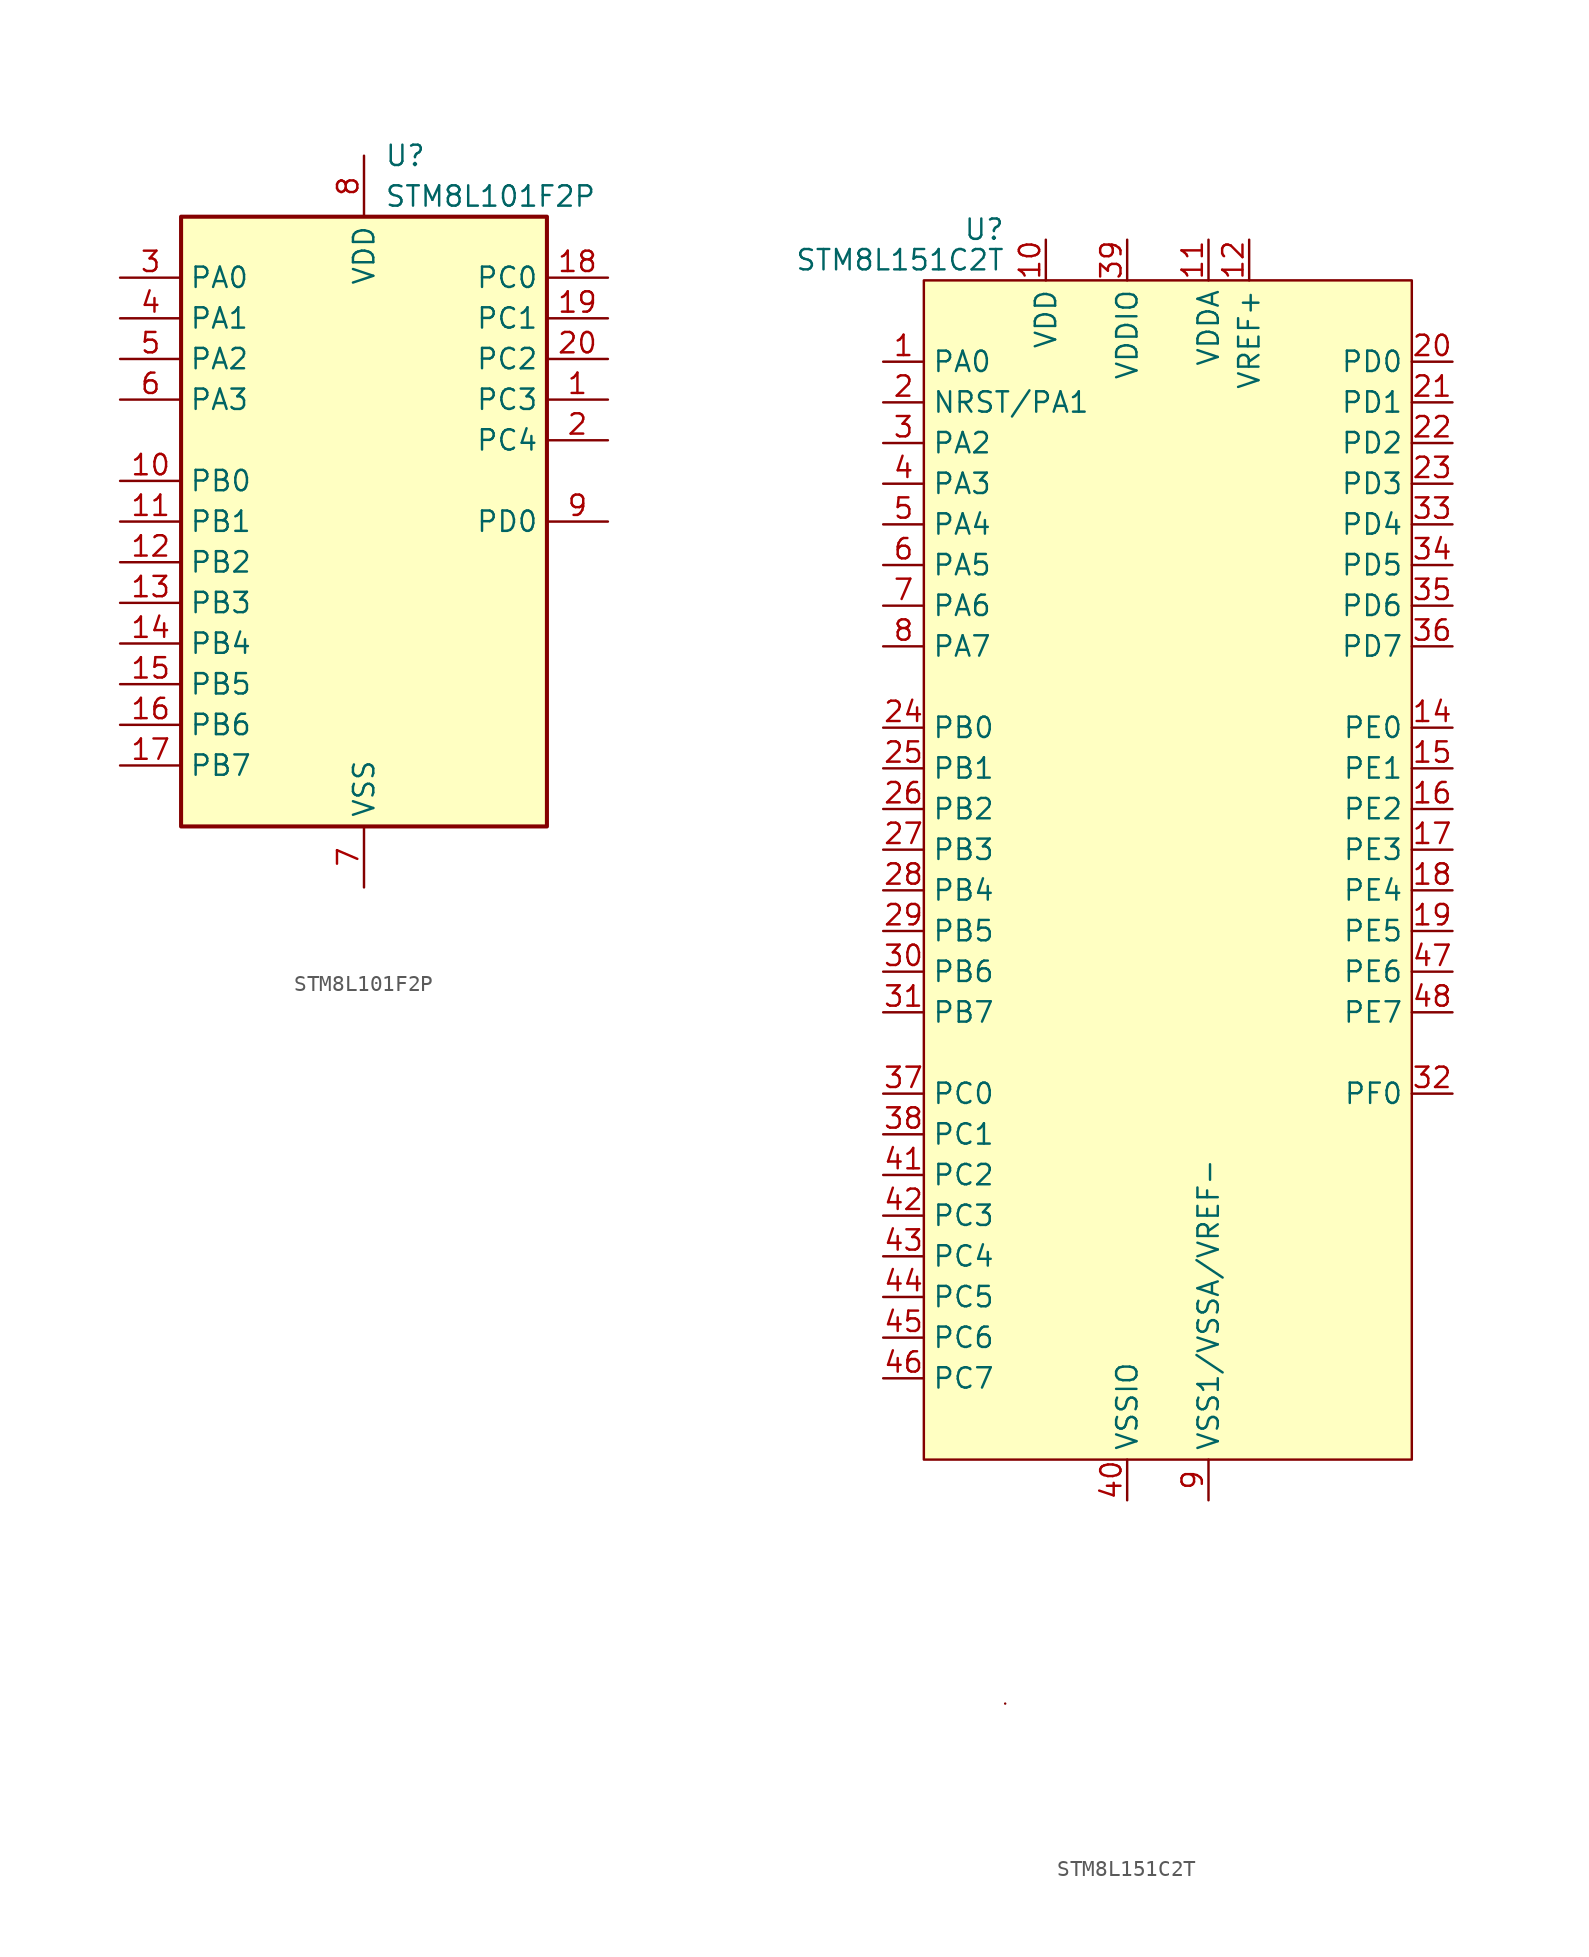
<source format=kicad_sym>
(kicad_symbol_lib
  (version 20231120)
  (generator "kicad_symbol_editor")
  (generator_version "8.0")
  (symbol "STM8L101F2P"
    (property "Reference" "U"
      (at 1.27 22.86 0)
      (effects (font (size 1.27 1.27)) (justify left)))
    (property "Value" "STM8L101F2P"
      (at 1.27 20.32 0)
      (effects (font (size 1.27 1.27)) (justify left)))
    (symbol "STM8L101F2P_0_1"
      (rectangle (start -11.43 19.05) (end 11.43 -19.05) (stroke (width 0.254) (type default)) (fill (type background))))
    (symbol "STM8L101F2P_1_1"
      (pin bidirectional line (at 15.24 7.62 180) (length 3.81) (name "PC3" (effects (font (size 1.27 1.27)))) (number "1" (effects (font (size 1.27 1.27)))))
      (pin bidirectional line (at -15.24 2.54 0) (length 3.81) (name "PB0" (effects (font (size 1.27 1.27)))) (number "10" (effects (font (size 1.27 1.27)))))
      (pin bidirectional line (at -15.24 0 0) (length 3.81) (name "PB1" (effects (font (size 1.27 1.27)))) (number "11" (effects (font (size 1.27 1.27)))))
      (pin bidirectional line (at -15.24 -2.54 0) (length 3.81) (name "PB2" (effects (font (size 1.27 1.27)))) (number "12" (effects (font (size 1.27 1.27)))))
      (pin bidirectional line (at -15.24 -5.08 0) (length 3.81) (name "PB3" (effects (font (size 1.27 1.27)))) (number "13" (effects (font (size 1.27 1.27)))))
      (pin bidirectional line (at -15.24 -7.62 0) (length 3.81) (name "PB4" (effects (font (size 1.27 1.27)))) (number "14" (effects (font (size 1.27 1.27)))))
      (pin bidirectional line (at -15.24 -10.16 0) (length 3.81) (name "PB5" (effects (font (size 1.27 1.27)))) (number "15" (effects (font (size 1.27 1.27)))))
      (pin bidirectional line (at -15.24 -12.7 0) (length 3.81) (name "PB6" (effects (font (size 1.27 1.27)))) (number "16" (effects (font (size 1.27 1.27)))))
      (pin bidirectional line (at -15.24 -15.24 0) (length 3.81) (name "PB7" (effects (font (size 1.27 1.27)))) (number "17" (effects (font (size 1.27 1.27)))))
      (pin bidirectional line (at 15.24 15.24 180) (length 3.81) (name "PC0" (effects (font (size 1.27 1.27)))) (number "18" (effects (font (size 1.27 1.27)))))
      (pin bidirectional line (at 15.24 12.7 180) (length 3.81) (name "PC1" (effects (font (size 1.27 1.27)))) (number "19" (effects (font (size 1.27 1.27)))))
      (pin bidirectional line (at 15.24 5.08 180) (length 3.81) (name "PC4" (effects (font (size 1.27 1.27)))) (number "2" (effects (font (size 1.27 1.27)))))
      (pin bidirectional line (at 15.24 10.16 180) (length 3.81) (name "PC2" (effects (font (size 1.27 1.27)))) (number "20" (effects (font (size 1.27 1.27)))))
      (pin power_in line (at -15.24 15.24 0) (length 3.81) (name "PA0" (effects (font (size 1.27 1.27)))) (number "3" (effects (font (size 1.27 1.27)))))
      (pin bidirectional line (at -15.24 12.7 0) (length 3.81) (name "PA1" (effects (font (size 1.27 1.27)))) (number "4" (effects (font (size 1.27 1.27)))))
      (pin bidirectional line (at -15.24 10.16 0) (length 3.81) (name "PA2" (effects (font (size 1.27 1.27)))) (number "5" (effects (font (size 1.27 1.27)))))
      (pin bidirectional line (at -15.24 7.62 0) (length 3.81) (name "PA3" (effects (font (size 1.27 1.27)))) (number "6" (effects (font (size 1.27 1.27)))))
      (pin power_in line (at 0 -22.86 90) (length 3.81) (name "VSS" (effects (font (size 1.27 1.27)))) (number "7" (effects (font (size 1.27 1.27)))))
      (pin power_in line (at 0 22.86 270) (length 3.81) (name "VDD" (effects (font (size 1.27 1.27)))) (number "8" (effects (font (size 1.27 1.27)))))
      (pin bidirectional line (at 15.24 0 180) (length 3.81) (name "PD0" (effects (font (size 1.27 1.27)))) (number "9" (effects (font (size 1.27 1.27)))))))
  (symbol "STM8L151C2T"
    (property "Reference" "U"
      (at -10.16 38.735 0)
      (effects (font (size 1.27 1.27)) (justify right)))
    (property "Value" "STM8L151C2T"
      (at -10.16 36.83 0)
      (effects (font (size 1.27 1.27)) (justify right)))
    (symbol "STM8L151C2T_0_0"
      (pin bidirectional line (at -17.78 30.48 0) (length 2.54) (name "PA0" (effects (font (size 1.27 1.27)))) (number "1" (effects (font (size 1.27 1.27)))))
      (pin power_in line (at -7.62 38.1 270) (length 2.54) (name "VDD" (effects (font (size 1.27 1.27)))) (number "10" (effects (font (size 1.27 1.27)))))
      (pin power_in line (at 2.54 38.1 270) (length 2.54) (name "VDDA" (effects (font (size 1.27 1.27)))) (number "11" (effects (font (size 1.27 1.27)))))
      (pin power_in line (at 5.08 38.1 270) (length 2.54) (name "VREF+" (effects (font (size 1.27 1.27)))) (number "12" (effects (font (size 1.27 1.27)))))
      (pin no_connect line (at 15.24 -20.32 180) (length 2.54) hide (name "NC" (effects (font (size 1.27 1.27)))) (number "13" (effects (font (size 1.27 1.27)))))
      (pin bidirectional line (at 17.78 7.62 180) (length 2.54) (name "PE0" (effects (font (size 1.27 1.27)))) (number "14" (effects (font (size 1.27 1.27)))))
      (pin bidirectional line (at 17.78 5.08 180) (length 2.54) (name "PE1" (effects (font (size 1.27 1.27)))) (number "15" (effects (font (size 1.27 1.27)))))
      (pin bidirectional line (at 17.78 2.54 180) (length 2.54) (name "PE2" (effects (font (size 1.27 1.27)))) (number "16" (effects (font (size 1.27 1.27)))))
      (pin bidirectional line (at 17.78 0 180) (length 2.54) (name "PE3" (effects (font (size 1.27 1.27)))) (number "17" (effects (font (size 1.27 1.27)))))
      (pin bidirectional line (at 17.78 -2.54 180) (length 2.54) (name "PE4" (effects (font (size 1.27 1.27)))) (number "18" (effects (font (size 1.27 1.27)))))
      (pin bidirectional line (at 17.78 -5.08 180) (length 2.54) (name "PE5" (effects (font (size 1.27 1.27)))) (number "19" (effects (font (size 1.27 1.27)))))
      (pin bidirectional line (at -17.78 27.94 0) (length 2.54) (name "NRST/PA1" (effects (font (size 1.27 1.27)))) (number "2" (effects (font (size 1.27 1.27)))))
      (pin bidirectional line (at 17.78 30.48 180) (length 2.54) (name "PD0" (effects (font (size 1.27 1.27)))) (number "20" (effects (font (size 1.27 1.27)))))
      (pin bidirectional line (at 17.78 27.94 180) (length 2.54) (name "PD1" (effects (font (size 1.27 1.27)))) (number "21" (effects (font (size 1.27 1.27)))))
      (pin bidirectional line (at 17.78 25.4 180) (length 2.54) (name "PD2" (effects (font (size 1.27 1.27)))) (number "22" (effects (font (size 1.27 1.27)))))
      (pin bidirectional line (at 17.78 22.86 180) (length 2.54) (name "PD3" (effects (font (size 1.27 1.27)))) (number "23" (effects (font (size 1.27 1.27)))))
      (pin bidirectional line (at -17.78 7.62 0) (length 2.54) (name "PB0" (effects (font (size 1.27 1.27)))) (number "24" (effects (font (size 1.27 1.27)))))
      (pin bidirectional line (at -17.78 5.08 0) (length 2.54) (name "PB1" (effects (font (size 1.27 1.27)))) (number "25" (effects (font (size 1.27 1.27)))))
      (pin bidirectional line (at -17.78 2.54 0) (length 2.54) (name "PB2" (effects (font (size 1.27 1.27)))) (number "26" (effects (font (size 1.27 1.27)))))
      (pin bidirectional line (at -17.78 0 0) (length 2.54) (name "PB3" (effects (font (size 1.27 1.27)))) (number "27" (effects (font (size 1.27 1.27)))))
      (pin bidirectional line (at -17.78 -2.54 0) (length 2.54) (name "PB4" (effects (font (size 1.27 1.27)))) (number "28" (effects (font (size 1.27 1.27)))))
      (pin bidirectional line (at -17.78 -5.08 0) (length 2.54) (name "PB5" (effects (font (size 1.27 1.27)))) (number "29" (effects (font (size 1.27 1.27)))))
      (pin bidirectional line (at -17.78 25.4 0) (length 2.54) (name "PA2" (effects (font (size 1.27 1.27)))) (number "3" (effects (font (size 1.27 1.27)))))
      (pin bidirectional line (at -17.78 -7.62 0) (length 2.54) (name "PB6" (effects (font (size 1.27 1.27)))) (number "30" (effects (font (size 1.27 1.27)))))
      (pin bidirectional line (at -17.78 -10.16 0) (length 2.54) (name "PB7" (effects (font (size 1.27 1.27)))) (number "31" (effects (font (size 1.27 1.27)))))
      (pin bidirectional line (at 17.78 -15.24 180) (length 2.54) (name "PF0" (effects (font (size 1.27 1.27)))) (number "32" (effects (font (size 1.27 1.27)))))
      (pin bidirectional line (at 17.78 20.32 180) (length 2.54) (name "PD4" (effects (font (size 1.27 1.27)))) (number "33" (effects (font (size 1.27 1.27)))))
      (pin bidirectional line (at 17.78 17.78 180) (length 2.54) (name "PD5" (effects (font (size 1.27 1.27)))) (number "34" (effects (font (size 1.27 1.27)))))
      (pin bidirectional line (at 17.78 15.24 180) (length 2.54) (name "PD6" (effects (font (size 1.27 1.27)))) (number "35" (effects (font (size 1.27 1.27)))))
      (pin bidirectional line (at 17.78 12.7 180) (length 2.54) (name "PD7" (effects (font (size 1.27 1.27)))) (number "36" (effects (font (size 1.27 1.27)))))
      (pin bidirectional line (at -17.78 -15.24 0) (length 2.54) (name "PC0" (effects (font (size 1.27 1.27)))) (number "37" (effects (font (size 1.27 1.27)))))
      (pin bidirectional line (at -17.78 -17.78 0) (length 2.54) (name "PC1" (effects (font (size 1.27 1.27)))) (number "38" (effects (font (size 1.27 1.27)))))
      (pin power_in line (at -2.54 38.1 270) (length 2.54) (name "VDDIO" (effects (font (size 1.27 1.27)))) (number "39" (effects (font (size 1.27 1.27)))))
      (pin bidirectional line (at -17.78 22.86 0) (length 2.54) (name "PA3" (effects (font (size 1.27 1.27)))) (number "4" (effects (font (size 1.27 1.27)))))
      (pin power_in line (at -2.54 -40.64 90) (length 2.54) (name "VSSIO" (effects (font (size 1.27 1.27)))) (number "40" (effects (font (size 1.27 1.27)))))
      (pin bidirectional line (at -17.78 -20.32 0) (length 2.54) (name "PC2" (effects (font (size 1.27 1.27)))) (number "41" (effects (font (size 1.27 1.27)))))
      (pin bidirectional line (at -17.78 -22.86 0) (length 2.54) (name "PC3" (effects (font (size 1.27 1.27)))) (number "42" (effects (font (size 1.27 1.27)))))
      (pin bidirectional line (at -17.78 -25.4 0) (length 2.54) (name "PC4" (effects (font (size 1.27 1.27)))) (number "43" (effects (font (size 1.27 1.27)))))
      (pin bidirectional line (at -17.78 -27.94 0) (length 2.54) (name "PC5" (effects (font (size 1.27 1.27)))) (number "44" (effects (font (size 1.27 1.27)))))
      (pin bidirectional line (at -17.78 -30.48 0) (length 2.54) (name "PC6" (effects (font (size 1.27 1.27)))) (number "45" (effects (font (size 1.27 1.27)))))
      (pin bidirectional line (at -17.78 -33.02 0) (length 2.54) (name "PC7" (effects (font (size 1.27 1.27)))) (number "46" (effects (font (size 1.27 1.27)))))
      (pin bidirectional line (at 17.78 -7.62 180) (length 2.54) (name "PE6" (effects (font (size 1.27 1.27)))) (number "47" (effects (font (size 1.27 1.27)))))
      (pin bidirectional line (at 17.78 -10.16 180) (length 2.54) (name "PE7" (effects (font (size 1.27 1.27)))) (number "48" (effects (font (size 1.27 1.27)))))
      (pin bidirectional line (at -17.78 20.32 0) (length 2.54) (name "PA4" (effects (font (size 1.27 1.27)))) (number "5" (effects (font (size 1.27 1.27)))))
      (pin bidirectional line (at -17.78 17.78 0) (length 2.54) (name "PA5" (effects (font (size 1.27 1.27)))) (number "6" (effects (font (size 1.27 1.27)))))
      (pin bidirectional line (at -17.78 15.24 0) (length 2.54) (name "PA6" (effects (font (size 1.27 1.27)))) (number "7" (effects (font (size 1.27 1.27)))))
      (pin bidirectional line (at -17.78 12.7 0) (length 2.54) (name "PA7" (effects (font (size 1.27 1.27)))) (number "8" (effects (font (size 1.27 1.27)))))
      (pin power_in line (at 2.54 -40.64 90) (length 2.54) (name "VSS1/VSSA/VREF-" (effects (font (size 1.27 1.27)))) (number "9" (effects (font (size 1.27 1.27))))))
    (symbol "STM8L151C2T_0_1"
      (rectangle (start -15.24 35.56) (end 15.24 -38.1) (stroke (width 0) (type default)) (fill (type background)))
      (rectangle (start -10.16 -53.34) (end -10.16 -53.34) (stroke (width 0.152) (type default)) (fill (type none))))))
</source>
